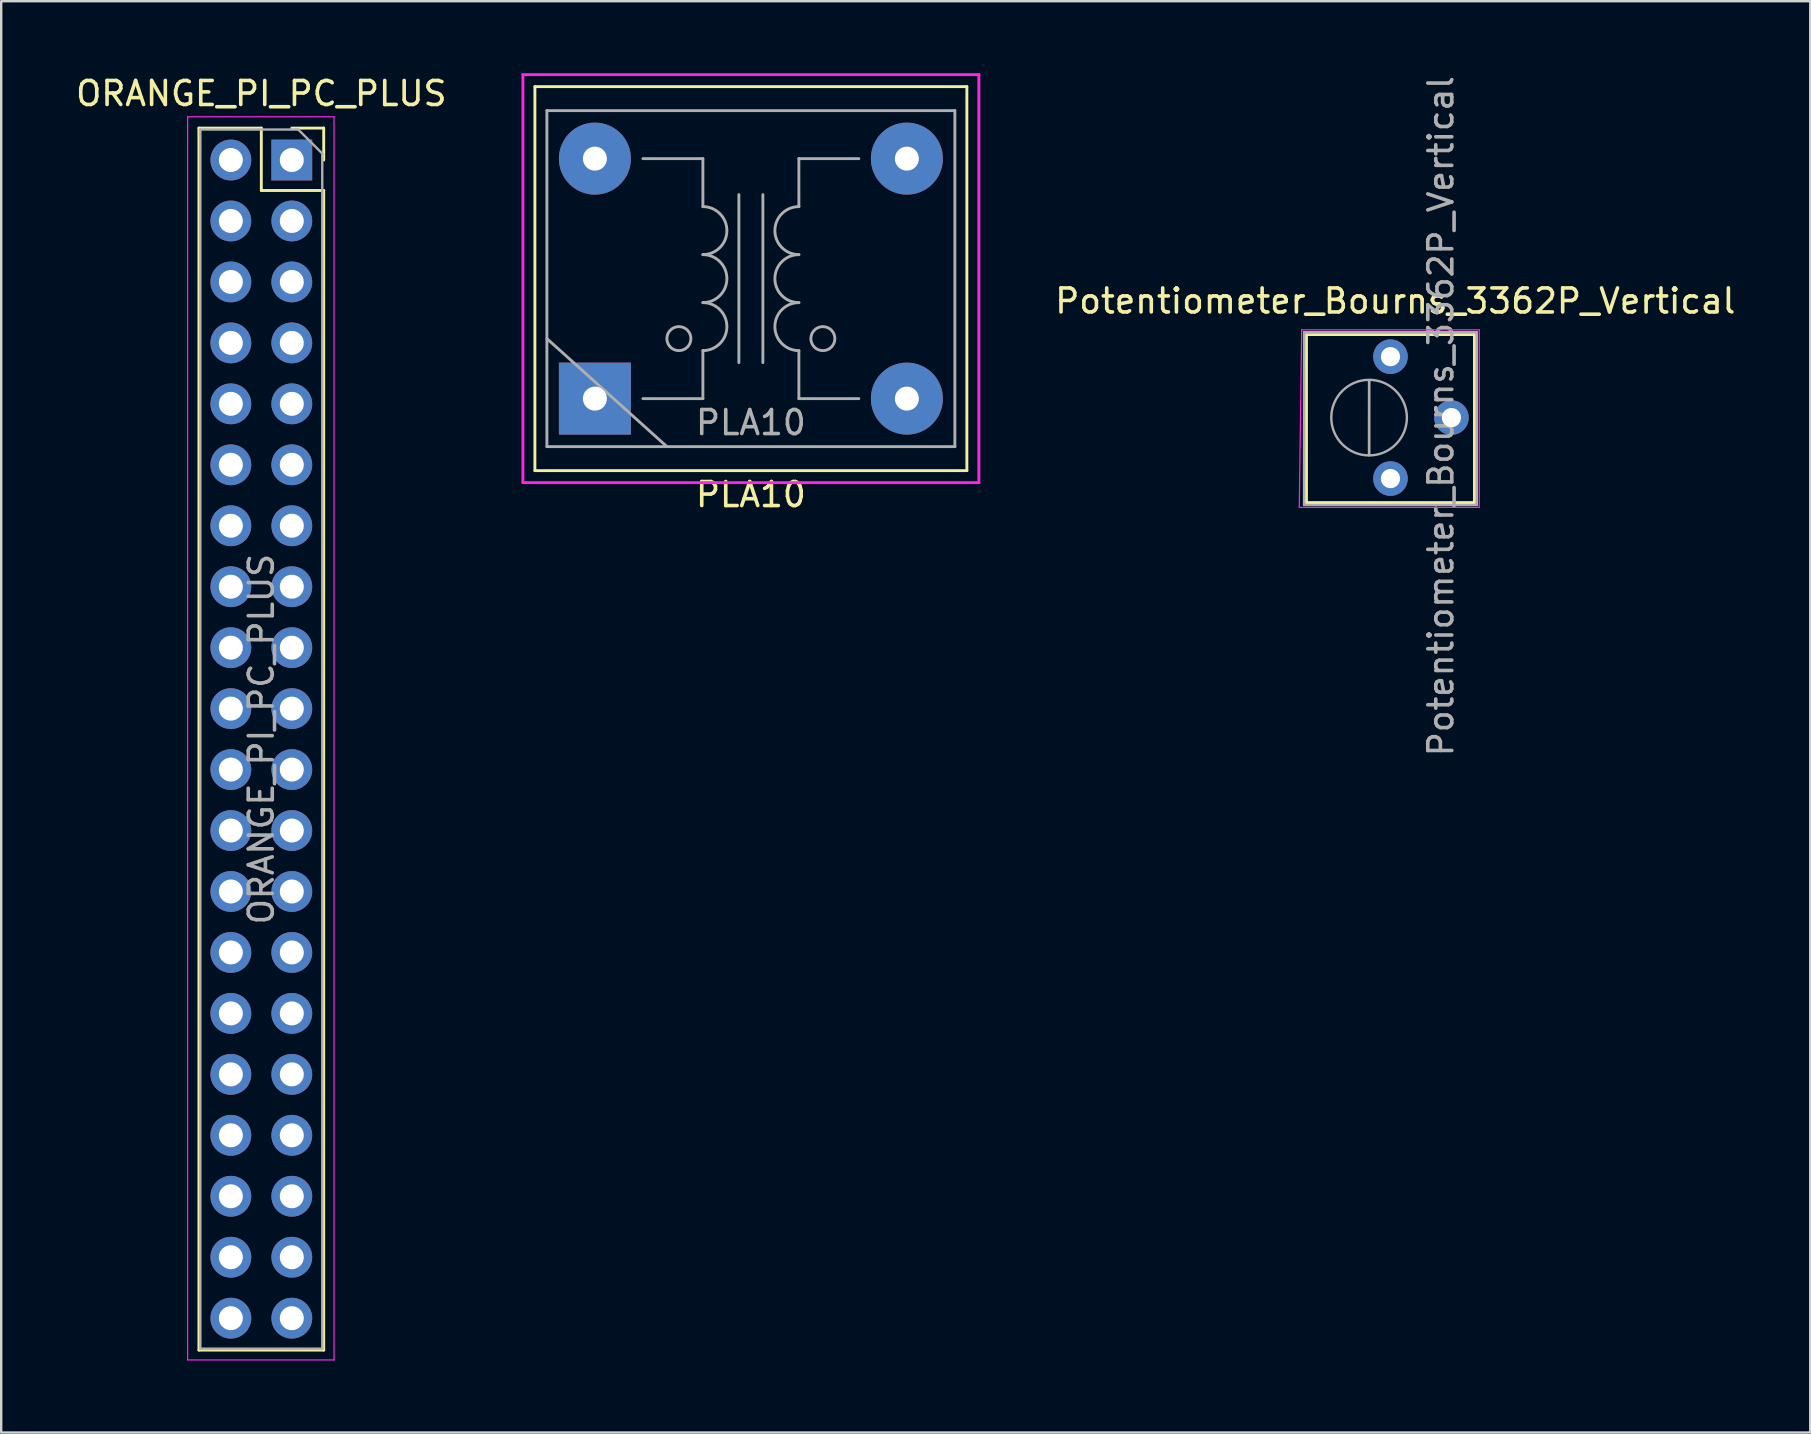
<source format=kicad_pcb>
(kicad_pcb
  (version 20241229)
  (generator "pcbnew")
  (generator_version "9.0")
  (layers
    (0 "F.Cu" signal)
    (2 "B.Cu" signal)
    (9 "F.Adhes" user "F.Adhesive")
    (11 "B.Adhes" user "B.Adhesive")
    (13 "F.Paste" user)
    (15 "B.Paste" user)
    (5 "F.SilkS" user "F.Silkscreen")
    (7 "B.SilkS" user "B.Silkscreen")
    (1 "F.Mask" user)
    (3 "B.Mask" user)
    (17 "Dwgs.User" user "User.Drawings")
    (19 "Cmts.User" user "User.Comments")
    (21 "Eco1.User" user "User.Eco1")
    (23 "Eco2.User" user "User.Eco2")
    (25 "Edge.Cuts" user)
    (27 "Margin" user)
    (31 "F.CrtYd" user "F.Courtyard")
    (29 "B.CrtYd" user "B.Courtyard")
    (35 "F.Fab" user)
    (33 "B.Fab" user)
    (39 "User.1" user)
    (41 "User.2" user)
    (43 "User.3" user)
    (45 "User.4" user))
  (footprint "Potentiometer_Bourns_3362P_Vertical"
    (layer "F.Cu")
    (at 54.89 16.892)
    (property "Reference" "Potentiometer_Bourns_3362P_Vertical" (at 0.2 -7.4 0) (layer "F.SilkS") (effects (font (size 1 1) (thickness 0.15))))
    (attr through_hole)
    (fp_line (start -3.5 -6) (end -3.5 1) (stroke (width 0.12) (type solid)) (layer "F.SilkS"))
    (fp_line (start -3.5 -6) (end 3.5 -6) (stroke (width 0.12) (type solid)) (layer "F.SilkS"))
    (fp_line (start -3.5 1) (end 3.5 1) (stroke (width 0.12) (type solid)) (layer "F.SilkS"))
    (fp_line (start 3.5 -6) (end 3.5 1) (stroke (width 0.12) (type solid)) (layer "F.SilkS"))
    (fp_line (start -3.8 1.2) (end 3.7 1.2) (stroke (width 0.05) (type solid)) (layer "F.CrtYd"))
    (fp_line (start -3.7 -6.2) (end -3.8 1.2) (stroke (width 0.05) (type solid)) (layer "F.CrtYd"))
    (fp_line (start 3.7 -6.2) (end -3.7 -6.2) (stroke (width 0.05) (type solid)) (layer "F.CrtYd"))
    (fp_line (start 3.7 1.2) (end 3.7 -6.2) (stroke (width 0.05) (type solid)) (layer "F.CrtYd"))
    (fp_line (start -3.6 -6.1) (end -3.6 1.1) (stroke (width 0.1) (type solid)) (layer "F.Fab"))
    (fp_line (start -3.6 1.1) (end 3.6 1.1) (stroke (width 0.1) (type solid)) (layer "F.Fab"))
    (fp_line (start -0.891 -0.98) (end -0.89 -4.099) (stroke (width 0.1) (type solid)) (layer "F.Fab"))
    (fp_line (start -0.891 -0.98) (end -0.89 -4.099) (stroke (width 0.1) (type solid)) (layer "F.Fab"))
    (fp_line (start 3.6 -6.1) (end -3.6 -6.1) (stroke (width 0.1) (type solid)) (layer "F.Fab"))
    (fp_line (start 3.6 1.1) (end 3.6 -6.1) (stroke (width 0.1) (type solid)) (layer "F.Fab"))
    (fp_circle (center -0.891 -2.54) (end 0.684 -2.54) (stroke (width 0.1) (type solid)) (fill no) (layer "F.Fab"))
    (fp_text user "${REFERENCE}" (at 2.1 -2.6 90) (layer "F.Fab") (effects (font (size 1 1) (thickness 0.15))))
    (pad "1" thru_hole circle (at 0 0) (size 1.44 1.44) (drill 0.8) (layers "*.Cu" "*.Mask"))
    (pad "2" thru_hole circle (at 2.54 -2.54) (size 1.44 1.44) (drill 0.8) (layers "*.Cu" "*.Mask"))
    (pad "3" thru_hole circle (at 0 -5.08) (size 1.44 1.44) (drill 0.8) (layers "*.Cu" "*.Mask")))
  (footprint "ORANGE_PI_PC_PLUS"
    (layer "F.Cu")
    (at 9.109 3.618)
    (property "Reference" "ORANGE_PI_PC_PLUS" (at -1.27 -2.77 0) (layer "F.SilkS") (effects (font (size 1 1) (thickness 0.15))))
    (attr through_hole)
    (fp_line (start -3.87 -1.33) (end -3.87 49.59) (stroke (width 0.12) (type solid)) (layer "F.SilkS"))
    (fp_line (start -3.87 -1.33) (end -1.27 -1.33) (stroke (width 0.12) (type solid)) (layer "F.SilkS"))
    (fp_line (start -3.87 49.59) (end 1.33 49.59) (stroke (width 0.12) (type solid)) (layer "F.SilkS"))
    (fp_line (start -1.27 -1.33) (end -1.27 1.27) (stroke (width 0.12) (type solid)) (layer "F.SilkS"))
    (fp_line (start -1.27 1.27) (end 1.33 1.27) (stroke (width 0.12) (type solid)) (layer "F.SilkS"))
    (fp_line (start 0 -1.33) (end 1.33 -1.33) (stroke (width 0.12) (type solid)) (layer "F.SilkS"))
    (fp_line (start 1.33 -1.33) (end 1.33 0) (stroke (width 0.12) (type solid)) (layer "F.SilkS"))
    (fp_line (start 1.33 1.27) (end 1.33 49.59) (stroke (width 0.12) (type solid)) (layer "F.SilkS"))
    (fp_line (start -4.34 -1.8) (end 1.76 -1.8) (stroke (width 0.05) (type solid)) (layer "F.CrtYd"))
    (fp_line (start -4.34 50) (end -4.34 -1.8) (stroke (width 0.05) (type solid)) (layer "F.CrtYd"))
    (fp_line (start 1.76 -1.8) (end 1.76 50) (stroke (width 0.05) (type solid)) (layer "F.CrtYd"))
    (fp_line (start 1.76 50) (end -4.34 50) (stroke (width 0.05) (type solid)) (layer "F.CrtYd"))
    (fp_line (start -3.81 -1.27) (end 0.27 -1.27) (stroke (width 0.1) (type solid)) (layer "F.Fab"))
    (fp_line (start -3.81 49.53) (end -3.81 -1.27) (stroke (width 0.1) (type solid)) (layer "F.Fab"))
    (fp_line (start 0.27 -1.27) (end 1.27 -0.27) (stroke (width 0.1) (type solid)) (layer "F.Fab"))
    (fp_line (start 1.27 -0.27) (end 1.27 49.53) (stroke (width 0.1) (type solid)) (layer "F.Fab"))
    (fp_line (start 1.27 49.53) (end -3.81 49.53) (stroke (width 0.1) (type solid)) (layer "F.Fab"))
    (fp_text user "${REFERENCE}" (at -1.27 24.13 90) (layer "F.Fab") (effects (font (size 1 1) (thickness 0.15))))
    (pad "1" thru_hole rect (at 0 0) (size 1.7 1.7) (drill 1) (layers "*.Cu" "*.Mask"))
    (pad "2" thru_hole oval (at -2.54 0) (size 1.7 1.7) (drill 1) (layers "*.Cu" "*.Mask"))
    (pad "3" thru_hole oval (at 0 2.54) (size 1.7 1.7) (drill 1) (layers "*.Cu" "*.Mask"))
    (pad "4" thru_hole oval (at -2.54 2.54) (size 1.7 1.7) (drill 1) (layers "*.Cu" "*.Mask"))
    (pad "5" thru_hole oval (at 0 5.08) (size 1.7 1.7) (drill 1) (layers "*.Cu" "*.Mask"))
    (pad "6" thru_hole oval (at -2.54 5.08) (size 1.7 1.7) (drill 1) (layers "*.Cu" "*.Mask"))
    (pad "7" thru_hole oval (at 0 7.62) (size 1.7 1.7) (drill 1) (layers "*.Cu" "*.Mask"))
    (pad "8" thru_hole oval (at -2.54 7.62) (size 1.7 1.7) (drill 1) (layers "*.Cu" "*.Mask"))
    (pad "9" thru_hole oval (at 0 10.16) (size 1.7 1.7) (drill 1) (layers "*.Cu" "*.Mask"))
    (pad "10" thru_hole oval (at -2.54 10.16) (size 1.7 1.7) (drill 1) (layers "*.Cu" "*.Mask"))
    (pad "11" thru_hole oval (at 0 12.7) (size 1.7 1.7) (drill 1) (layers "*.Cu" "*.Mask"))
    (pad "12" thru_hole oval (at -2.54 12.7) (size 1.7 1.7) (drill 1) (layers "*.Cu" "*.Mask"))
    (pad "13" thru_hole oval (at 0 15.24) (size 1.7 1.7) (drill 1) (layers "*.Cu" "*.Mask"))
    (pad "14" thru_hole oval (at -2.54 15.24) (size 1.7 1.7) (drill 1) (layers "*.Cu" "*.Mask"))
    (pad "15" thru_hole oval (at 0 17.78) (size 1.7 1.7) (drill 1) (layers "*.Cu" "*.Mask"))
    (pad "16" thru_hole oval (at -2.54 17.78) (size 1.7 1.7) (drill 1) (layers "*.Cu" "*.Mask"))
    (pad "17" thru_hole oval (at 0 20.32) (size 1.7 1.7) (drill 1) (layers "*.Cu" "*.Mask"))
    (pad "18" thru_hole oval (at -2.54 20.32) (size 1.7 1.7) (drill 1) (layers "*.Cu" "*.Mask"))
    (pad "19" thru_hole oval (at 0 22.86) (size 1.7 1.7) (drill 1) (layers "*.Cu" "*.Mask"))
    (pad "20" thru_hole oval (at -2.54 22.86) (size 1.7 1.7) (drill 1) (layers "*.Cu" "*.Mask"))
    (pad "21" thru_hole oval (at 0 25.4) (size 1.7 1.7) (drill 1) (layers "*.Cu" "*.Mask"))
    (pad "22" thru_hole oval (at -2.54 25.4) (size 1.7 1.7) (drill 1) (layers "*.Cu" "*.Mask"))
    (pad "23" thru_hole oval (at 0 27.94) (size 1.7 1.7) (drill 1) (layers "*.Cu" "*.Mask"))
    (pad "24" thru_hole oval (at -2.54 27.94) (size 1.7 1.7) (drill 1) (layers "*.Cu" "*.Mask"))
    (pad "25" thru_hole oval (at 0 30.48) (size 1.7 1.7) (drill 1) (layers "*.Cu" "*.Mask"))
    (pad "26" thru_hole oval (at -2.54 30.48) (size 1.7 1.7) (drill 1) (layers "*.Cu" "*.Mask"))
    (pad "27" thru_hole oval (at 0 33.02) (size 1.7 1.7) (drill 1) (layers "*.Cu" "*.Mask"))
    (pad "28" thru_hole oval (at -2.54 33.02) (size 1.7 1.7) (drill 1) (layers "*.Cu" "*.Mask"))
    (pad "29" thru_hole oval (at 0 35.56) (size 1.7 1.7) (drill 1) (layers "*.Cu" "*.Mask"))
    (pad "30" thru_hole oval (at -2.54 35.56) (size 1.7 1.7) (drill 1) (layers "*.Cu" "*.Mask"))
    (pad "31" thru_hole oval (at 0 38.1) (size 1.7 1.7) (drill 1) (layers "*.Cu" "*.Mask"))
    (pad "32" thru_hole oval (at -2.54 38.1) (size 1.7 1.7) (drill 1) (layers "*.Cu" "*.Mask"))
    (pad "33" thru_hole oval (at 0 40.64) (size 1.7 1.7) (drill 1) (layers "*.Cu" "*.Mask"))
    (pad "34" thru_hole oval (at -2.54 40.64) (size 1.7 1.7) (drill 1) (layers "*.Cu" "*.Mask"))
    (pad "35" thru_hole oval (at 0 43.18) (size 1.7 1.7) (drill 1) (layers "*.Cu" "*.Mask"))
    (pad "36" thru_hole oval (at -2.54 43.18) (size 1.7 1.7) (drill 1) (layers "*.Cu" "*.Mask"))
    (pad "37" thru_hole oval (at 0 45.72) (size 1.7 1.7) (drill 1) (layers "*.Cu" "*.Mask"))
    (pad "38" thru_hole oval (at -2.54 45.72) (size 1.7 1.7) (drill 1) (layers "*.Cu" "*.Mask"))
    (pad "39" thru_hole oval (at 0 48.26) (size 1.7 1.7) (drill 1) (layers "*.Cu" "*.Mask"))
    (pad "40" thru_hole oval (at -2.54 48.26) (size 1.7 1.7) (drill 1) (layers "*.Cu" "*.Mask")))
  (footprint "PLA10"
    (layer "F.Cu")
    (at 28.239 8.56)
    (property "Reference" "PLA10" (at 0 9 0) (layer "F.SilkS") (effects (font (size 1 1) (thickness 0.15))))
    (attr through_hole)
    (fp_line (start -9 -8) (end -9 8) (stroke (width 0.12) (type solid)) (layer "F.SilkS"))
    (fp_line (start -9 -8) (end 9 -8) (stroke (width 0.12) (type solid)) (layer "F.SilkS"))
    (fp_line (start -9 8) (end 9 8) (stroke (width 0.12) (type solid)) (layer "F.SilkS"))
    (fp_line (start 9 8) (end 9 -8) (stroke (width 0.12) (type solid)) (layer "F.SilkS"))
    (fp_line (start -9.5 -8.5) (end 9.5 -8.5) (stroke (width 0.12) (type solid)) (layer "F.CrtYd"))
    (fp_line (start -9.5 8.5) (end -9.5 -8.5) (stroke (width 0.12) (type solid)) (layer "F.CrtYd"))
    (fp_line (start 9.5 -8.5) (end 9.5 8.5) (stroke (width 0.12) (type solid)) (layer "F.CrtYd"))
    (fp_line (start 9.5 8.5) (end -9.5 8.5) (stroke (width 0.12) (type solid)) (layer "F.CrtYd"))
    (fp_line (start -8.5 -7) (end -8.5 7) (stroke (width 0.12) (type solid)) (layer "F.Fab"))
    (fp_line (start -8.5 7) (end 8.5 7) (stroke (width 0.12) (type solid)) (layer "F.Fab"))
    (fp_line (start -3.5 7) (end -8.5 2.5) (stroke (width 0.12) (type solid)) (layer "F.Fab"))
    (fp_line (start -2 -5) (end -4.5 -5) (stroke (width 0.12) (type solid)) (layer "F.Fab"))
    (fp_line (start -2 -3) (end -2 -5) (stroke (width 0.12) (type solid)) (layer "F.Fab"))
    (fp_line (start -2 3) (end -2 5) (stroke (width 0.12) (type solid)) (layer "F.Fab"))
    (fp_line (start -2 5) (end -4.5 5) (stroke (width 0.12) (type solid)) (layer "F.Fab"))
    (fp_line (start -0.5 -3.5) (end -0.5 3.5) (stroke (width 0.12) (type solid)) (layer "F.Fab"))
    (fp_line (start 0.5 -3.5) (end 0.5 3.5) (stroke (width 0.12) (type solid)) (layer "F.Fab"))
    (fp_line (start 2 -5) (end 2 -3) (stroke (width 0.12) (type solid)) (layer "F.Fab"))
    (fp_line (start 2 3) (end 2 5) (stroke (width 0.12) (type solid)) (layer "F.Fab"))
    (fp_line (start 2 5) (end 4.5 5) (stroke (width 0.12) (type solid)) (layer "F.Fab"))
    (fp_line (start 4.5 -5) (end 2 -5) (stroke (width 0.12) (type solid)) (layer "F.Fab"))
    (fp_line (start 8.5 -7) (end -8.5 -7) (stroke (width 0.12) (type solid)) (layer "F.Fab"))
    (fp_line (start 8.5 7) (end 8.5 -7) (stroke (width 0.12) (type solid)) (layer "F.Fab"))
    (fp_arc (start -2 -3) (mid -1 -2) (end -2 -1) (stroke (width 0.12) (type solid)) (layer "F.Fab"))
    (fp_arc (start -2 -1) (mid -1 0) (end -2 1) (stroke (width 0.12) (type solid)) (layer "F.Fab"))
    (fp_arc (start -2 1) (mid -1 2) (end -2 3) (stroke (width 0.12) (type solid)) (layer "F.Fab"))
    (fp_arc (start 2 -1) (mid 1 -2) (end 2 -3) (stroke (width 0.12) (type solid)) (layer "F.Fab"))
    (fp_arc (start 2 1) (mid 1 0) (end 2 -1) (stroke (width 0.12) (type solid)) (layer "F.Fab"))
    (fp_arc (start 2 3) (mid 1 2) (end 2 1) (stroke (width 0.12) (type solid)) (layer "F.Fab"))
    (fp_circle (center -3 2.5) (end -2.5 2.5) (stroke (width 0.12) (type solid)) (fill no) (layer "F.Fab"))
    (fp_circle (center 3 2.5) (end 3.5 2.5) (stroke (width 0.12) (type solid)) (fill no) (layer "F.Fab"))
    (fp_text user "${REFERENCE}" (at 0 6 0) (layer "F.Fab") (effects (font (size 1 1) (thickness 0.15))))
    (pad "1" thru_hole rect (at -6.5 5) (size 3 3) (drill 1) (layers "*.Cu" "*.Mask"))
    (pad "2" thru_hole circle (at -6.5 -5) (size 3 3) (drill 1) (layers "*.Cu" "*.Mask"))
    (pad "3" thru_hole circle (at 6.5 -5) (size 3 3) (drill 1) (layers "*.Cu" "*.Mask"))
    (pad "4" thru_hole circle (at 6.5 5) (size 3 3) (drill 1) (layers "*.Cu" "*.Mask")))
  (gr_rect
    (start -3 -3)
    (end 72.382 56.643)
    (stroke (width 0.1) (type default))
    (fill no)
    (layer "Edge.Cuts")))
</source>
